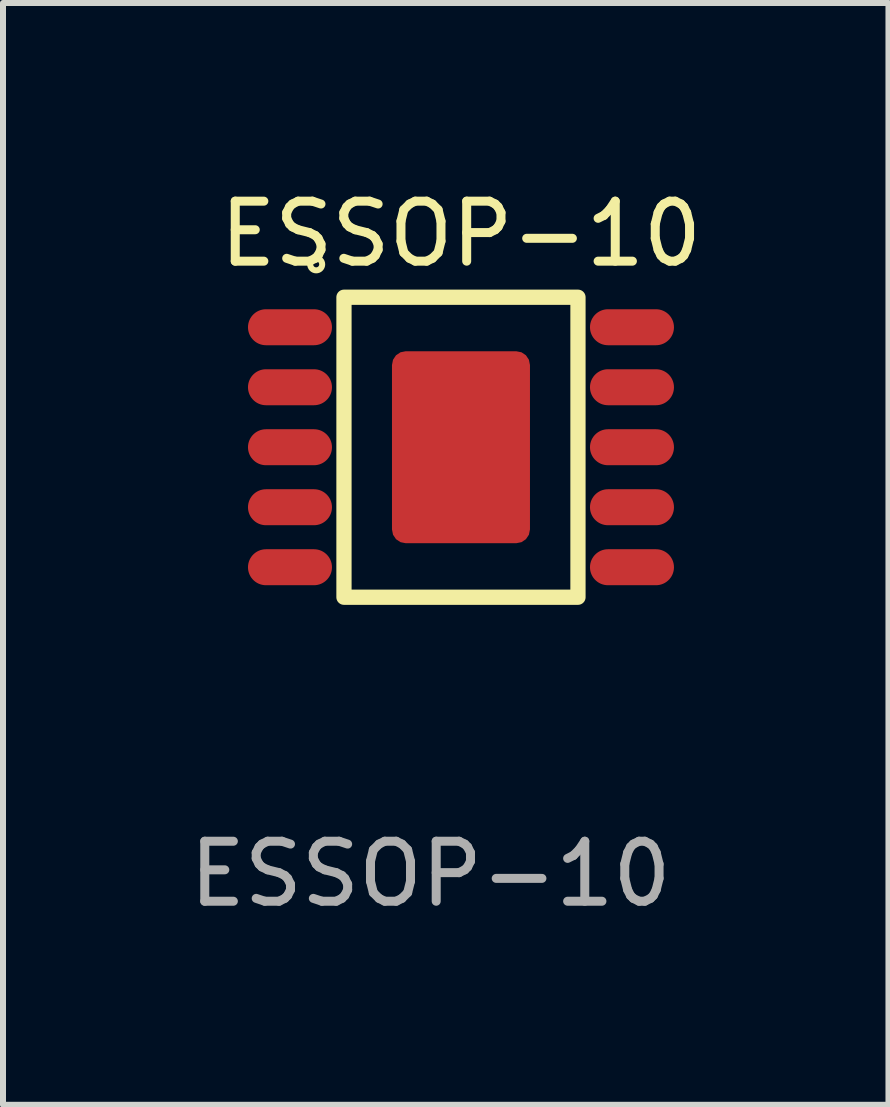
<source format=kicad_pcb>
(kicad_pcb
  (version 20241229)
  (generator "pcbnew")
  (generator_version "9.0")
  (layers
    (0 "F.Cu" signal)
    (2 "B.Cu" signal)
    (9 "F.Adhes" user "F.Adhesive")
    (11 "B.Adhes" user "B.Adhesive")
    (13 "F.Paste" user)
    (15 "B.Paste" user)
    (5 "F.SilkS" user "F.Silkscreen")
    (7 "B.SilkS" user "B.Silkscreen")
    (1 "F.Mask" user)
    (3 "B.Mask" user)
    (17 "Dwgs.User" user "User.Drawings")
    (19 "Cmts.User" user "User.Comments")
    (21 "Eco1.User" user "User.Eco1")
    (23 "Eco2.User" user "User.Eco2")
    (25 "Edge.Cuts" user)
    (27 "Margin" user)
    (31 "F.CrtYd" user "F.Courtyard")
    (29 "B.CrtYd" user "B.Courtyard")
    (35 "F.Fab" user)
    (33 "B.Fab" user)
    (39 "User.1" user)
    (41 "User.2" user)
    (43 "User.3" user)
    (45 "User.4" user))
  (footprint "ESSOP-10"
    (layer "F.Cu")
    (at 4.633 4.404)
    (property "Reference" "ESSOP-10" (at 0 -3.556 0) (unlocked yes) (layer "F.SilkS") (effects (font (size 1 1) (thickness 0.15))))
    (attr smd)
    (fp_rect (start -1.95 -2.5) (end 1.95 2.5) (stroke (width 0.254) (type default)) (fill no) (layer "F.SilkS"))
    (fp_circle (center -2.413 -3.048) (end -2.313 -3.048) (stroke (width 0.1) (type default)) (fill no) (layer "F.SilkS"))
    (fp_text user "${REFERENCE}" (at -0.508 7.112 0) (unlocked yes) (layer "F.Fab") (effects (font (size 1 1) (thickness 0.15))))
    (pad "0" smd roundrect (at 0 0) (size 2.3 3.2) (layers "F.Cu" "F.Mask" "F.Paste") (roundrect_rratio 0.1))
    (pad "1" smd oval (at -2.85 -2) (size 1.4 0.6) (layers "F.Cu" "F.Mask" "F.Paste"))
    (pad "2" smd oval (at -2.85 -1) (size 1.4 0.6) (layers "F.Cu" "F.Mask" "F.Paste"))
    (pad "3" smd oval (at -2.85 0) (size 1.4 0.6) (layers "F.Cu" "F.Mask" "F.Paste"))
    (pad "4" smd oval (at -2.85 1) (size 1.4 0.6) (layers "F.Cu" "F.Mask" "F.Paste"))
    (pad "5" smd oval (at -2.85 2) (size 1.4 0.6) (layers "F.Cu" "F.Mask" "F.Paste"))
    (pad "6" smd oval (at 2.85 2) (size 1.4 0.6) (layers "F.Cu" "F.Mask" "F.Paste"))
    (pad "7" smd oval (at 2.85 1) (size 1.4 0.6) (layers "F.Cu" "F.Mask" "F.Paste"))
    (pad "8" smd oval (at 2.85 0) (size 1.4 0.6) (layers "F.Cu" "F.Mask" "F.Paste"))
    (pad "9" smd oval (at 2.85 -1) (size 1.4 0.6) (layers "F.Cu" "F.Mask" "F.Paste"))
    (pad "10" smd oval (at 2.85 -2) (size 1.4 0.6) (layers "F.Cu" "F.Mask" "F.Paste")))
  (gr_rect
    (start -3 -3)
    (end 11.758 15.364)
    (stroke (width 0.1) (type default))
    (fill no)
    (layer "Edge.Cuts")))
</source>
